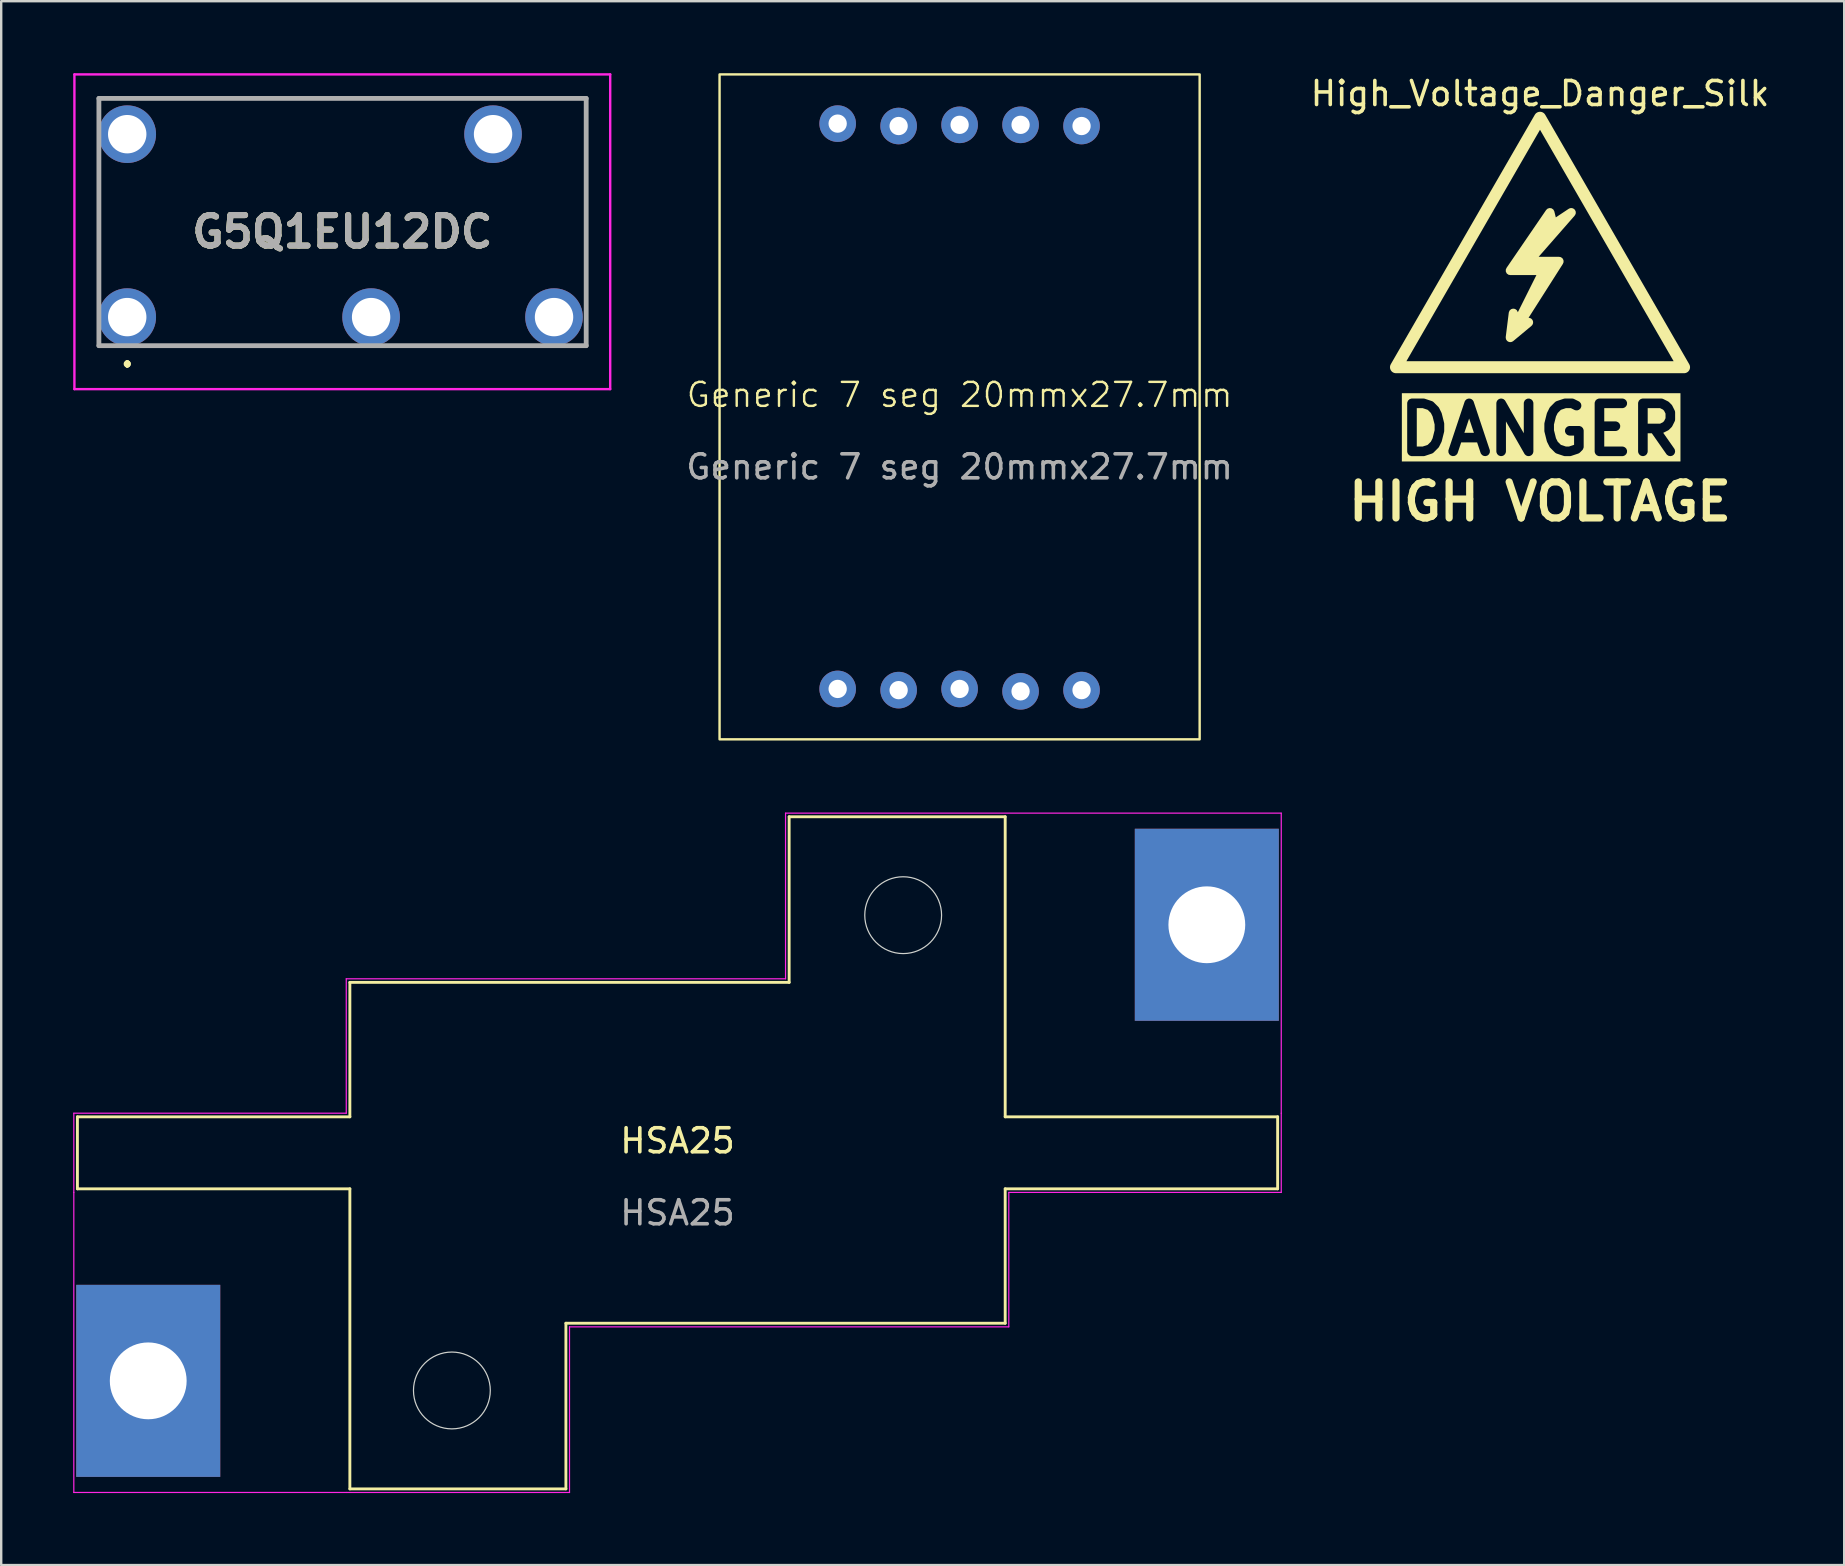
<source format=kicad_pcb>
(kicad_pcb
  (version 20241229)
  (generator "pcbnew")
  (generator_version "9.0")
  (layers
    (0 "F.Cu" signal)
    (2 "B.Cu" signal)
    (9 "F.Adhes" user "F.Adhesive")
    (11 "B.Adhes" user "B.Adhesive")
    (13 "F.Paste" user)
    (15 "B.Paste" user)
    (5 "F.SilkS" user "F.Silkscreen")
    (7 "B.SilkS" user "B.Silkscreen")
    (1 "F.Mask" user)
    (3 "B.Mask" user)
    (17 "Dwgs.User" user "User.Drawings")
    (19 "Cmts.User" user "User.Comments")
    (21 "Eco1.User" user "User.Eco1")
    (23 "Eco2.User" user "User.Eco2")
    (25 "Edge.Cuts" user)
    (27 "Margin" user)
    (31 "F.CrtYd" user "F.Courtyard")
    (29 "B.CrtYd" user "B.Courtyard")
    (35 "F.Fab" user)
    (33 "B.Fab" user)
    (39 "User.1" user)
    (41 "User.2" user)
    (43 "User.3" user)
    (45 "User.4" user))
  (footprint "Generic 7 seg 20mmx27.7mm"
    (layer "F.Cu")
    (at 36.926 13.9)
    (property "Reference" "Generic 7 seg 20mmx27.7mm" (at 0 -0.5 0) (unlocked yes) (layer "F.SilkS") (effects (font (size 1 1) (thickness 0.1))))
    (attr through_hole)
    (fp_rect (start -10 13.85) (end 10 -13.85) (stroke (width 0.1) (type default)) (fill no) (layer "F.SilkS"))
    (fp_text user "${REFERENCE}" (at 0 2.5 0) (unlocked yes) (layer "F.Fab") (effects (font (size 1 1) (thickness 0.15))))
    (pad "1" thru_hole circle (at -5.08 11.75) (size 1.524 1.524) (drill 0.762) (layers "*.Cu" "*.Mask"))
    (pad "2" thru_hole circle (at -2.54 11.8) (size 1.524 1.524) (drill 0.762) (layers "*.Cu" "*.Mask"))
    (pad "3" thru_hole circle (at 0 11.75) (size 1.524 1.524) (drill 0.762) (layers "*.Cu" "*.Mask"))
    (pad "4" thru_hole circle (at 2.54 11.85) (size 1.524 1.524) (drill 0.762) (layers "*.Cu" "*.Mask"))
    (pad "5" thru_hole circle (at 5.08 11.8) (size 1.524 1.524) (drill 0.762) (layers "*.Cu" "*.Mask"))
    (pad "6" thru_hole circle (at 5.08 -11.7) (size 1.524 1.524) (drill 0.762) (layers "*.Cu" "*.Mask"))
    (pad "7" thru_hole circle (at 2.54 -11.75) (size 1.524 1.524) (drill 0.762) (layers "*.Cu" "*.Mask"))
    (pad "8" thru_hole circle (at 0 -11.75) (size 1.524 1.524) (drill 0.762) (layers "*.Cu" "*.Mask"))
    (pad "9" thru_hole circle (at -2.54 -11.7) (size 1.524 1.524) (drill 0.762) (layers "*.Cu" "*.Mask"))
    (pad "10" thru_hole circle (at -5.08 -11.8) (size 1.524 1.524) (drill 0.762) (layers "*.Cu" "*.Mask")))
  (footprint "G5Q1EU12DC"
    (layer "F.Cu")
    (at 2.25 10.16)
    (property "Reference" "G5Q1EU12DC" (at 8.96 -3.555 0) (layer "F.SilkS") (effects (font (size 1.27 1.27) (thickness 0.254))))
    (attr through_hole)
    (fp_line (start -1.18 -9.11) (end -1.18 -9.11) (stroke (width 0.1) (type solid)) (layer "F.SilkS"))
    (fp_line (start -1.18 -9.11) (end 19.12 -9.11) (stroke (width 0.1) (type solid)) (layer "F.SilkS"))
    (fp_line (start 0 1.9) (end 0 1.9) (stroke (width 0.2) (type solid)) (layer "F.SilkS"))
    (fp_line (start 0 2) (end 0 2) (stroke (width 0.2) (type solid)) (layer "F.SilkS"))
    (fp_line (start 0 2) (end 0 2) (stroke (width 0.2) (type solid)) (layer "F.SilkS"))
    (fp_line (start 2 1.19) (end 8 1.19) (stroke (width 0.1) (type solid)) (layer "F.SilkS"))
    (fp_line (start 19.12 -9.11) (end -1.18 -9.11) (stroke (width 0.1) (type solid)) (layer "F.SilkS"))
    (fp_line (start 19.12 -9.11) (end 19.12 -9.11) (stroke (width 0.1) (type solid)) (layer "F.SilkS"))
    (fp_line (start 19.12 -9.11) (end 19.12 -9.11) (stroke (width 0.1) (type solid)) (layer "F.SilkS"))
    (fp_line (start 19.12 -9.11) (end 19.12 -1.5) (stroke (width 0.1) (type solid)) (layer "F.SilkS"))
    (fp_line (start 19.12 -1.5) (end 19.12 -9.11) (stroke (width 0.1) (type solid)) (layer "F.SilkS"))
    (fp_line (start 19.12 -1.5) (end 19.12 -1.5) (stroke (width 0.1) (type solid)) (layer "F.SilkS"))
    (fp_arc (start 0 1.9) (mid 0.05 1.95) (end 0 2) (stroke (width 0.2) (type solid)) (layer "F.SilkS"))
    (fp_arc (start 0 1.9) (mid 0.05 1.95) (end 0 2) (stroke (width 0.2) (type solid)) (layer "F.SilkS"))
    (fp_arc (start 0 2) (mid -0.05 1.95) (end 0 1.9) (stroke (width 0.2) (type solid)) (layer "F.SilkS"))
    (fp_line (start -2.2 -10.11) (end -2.2 3) (stroke (width 0.1) (type solid)) (layer "F.CrtYd"))
    (fp_line (start -2.2 3) (end 20.12 3) (stroke (width 0.1) (type solid)) (layer "F.CrtYd"))
    (fp_line (start 20.12 -10.11) (end -2.2 -10.11) (stroke (width 0.1) (type solid)) (layer "F.CrtYd"))
    (fp_line (start 20.12 3) (end 20.12 -10.11) (stroke (width 0.1) (type solid)) (layer "F.CrtYd"))
    (fp_line (start -1.18 -9.11) (end -1.18 1.19) (stroke (width 0.2) (type solid)) (layer "F.Fab"))
    (fp_line (start -1.18 1.19) (end 19.12 1.19) (stroke (width 0.2) (type solid)) (layer "F.Fab"))
    (fp_line (start 19.12 -9.11) (end -1.18 -9.11) (stroke (width 0.2) (type solid)) (layer "F.Fab"))
    (fp_line (start 19.12 1.19) (end 19.12 -9.11) (stroke (width 0.2) (type solid)) (layer "F.Fab"))
    (fp_text user "${REFERENCE}" (at 8.96 -3.555 0) (layer "F.Fab") (effects (font (size 1.27 1.27) (thickness 0.254))))
    (pad "1" thru_hole circle (at 0 0) (size 2.4 2.4) (drill 1.6) (layers "*.Cu" "*.Mask"))
    (pad "2" thru_hole circle (at 10.16 0) (size 2.4 2.4) (drill 1.6) (layers "*.Cu" "*.Mask"))
    (pad "3" thru_hole circle (at 17.78 0) (size 2.4 2.4) (drill 1.6) (layers "*.Cu" "*.Mask"))
    (pad "4" thru_hole circle (at 15.24 -7.62) (size 2.4 2.4) (drill 1.6) (layers "*.Cu" "*.Mask"))
    (pad "5" thru_hole circle (at 0 -7.62) (size 2.4 2.4) (drill 1.6) (layers "*.Cu" "*.Mask")))
  (footprint "High_Voltage_Danger_Silk"
    (layer "F.Cu")
    (at 61.105 8.448)
    (property "Reference" "High_Voltage_Danger_Silk" (at 0 -7.6 0) (layer "F.SilkS") (effects (font (size 1 1) (thickness 0.15))))
    (attr exclude_from_pos_files exclude_from_bom)
    (fp_poly (pts (xy 0 -6.592) (xy -6 3.8) (xy 6 3.8)) (stroke (width 0.5) (type solid)) (fill no) (layer "F.SilkS"))
    (fp_poly (pts (xy 0.445 -2.824) (xy 0.482 -2.819) (xy 0.486 -2.816) (xy 0.491 -2.815) (xy 0.521 -2.792) (xy 0.552 -2.771) (xy 0.555 -2.766) (xy 0.559 -2.763) (xy 0.576 -2.73) (xy 0.594 -2.697) (xy 0.595 -2.692) (xy 0.597 -2.688) (xy 0.658 -2.442) (xy 1.196 -2.8) (xy 1.212 -2.806) (xy 1.226 -2.817) (xy 1.251 -2.821) (xy 1.275 -2.83) (xy 1.292 -2.829) (xy 1.31 -2.832) (xy 1.334 -2.825) (xy 1.359 -2.823) (xy 1.375 -2.814) (xy 1.392 -2.809) (xy 1.411 -2.793) (xy 1.432 -2.78) (xy 1.442 -2.765) (xy 1.455 -2.753) (xy 1.465 -2.73) (xy 1.479 -2.709) (xy 1.482 -2.692) (xy 1.489 -2.675) (xy 1.488 -2.65) (xy 1.491 -2.625) (xy 1.486 -2.608) (xy 1.485 -2.591) (xy 1.473 -2.569) (xy 1.465 -2.545) (xy 1.453 -2.532) (xy 1.445 -2.516) (xy -0.057 -0.8) (xy 0.793 -0.8) (xy 0.825 -0.793) (xy 0.857 -0.789) (xy 0.866 -0.783) (xy 0.876 -0.781) (xy 0.901 -0.761) (xy 0.929 -0.743) (xy 0.934 -0.735) (xy 0.942 -0.728) (xy 0.956 -0.699) (xy 0.973 -0.671) (xy 0.974 -0.661) (xy 0.979 -0.652) (xy 0.979 -0.619) (xy 0.982 -0.587) (xy 0.979 -0.577) (xy 0.979 -0.567) (xy 0.965 -0.538) (xy 0.954 -0.507) (xy -0.477 1.741) (xy -0.459 1.744) (xy -0.438 1.744) (xy -0.418 1.753) (xy -0.397 1.758) (xy -0.38 1.77) (xy -0.361 1.779) (xy -0.347 1.796) (xy -0.33 1.81) (xy -0.32 1.828) (xy -0.307 1.844) (xy -0.302 1.866) (xy -0.292 1.885) (xy -0.291 1.906) (xy -0.286 1.926) (xy -0.291 1.948) (xy -0.29 1.97) (xy -0.299 1.989) (xy -0.303 2.009) (xy -0.317 2.027) (xy -0.326 2.047) (xy -0.342 2.06) (xy -0.355 2.077) (xy -1.117 2.712) (xy -1.129 2.718) (xy -1.139 2.728) (xy -1.167 2.737) (xy -1.192 2.75) (xy -1.206 2.751) (xy -1.22 2.755) (xy -1.248 2.751) (xy -1.277 2.752) (xy -1.29 2.746) (xy -1.304 2.745) (xy -1.328 2.729) (xy -1.354 2.717) (xy -1.363 2.706) (xy -1.375 2.699) (xy -1.39 2.674) (xy -1.409 2.652) (xy -1.412 2.638) (xy -1.419 2.626) (xy -1.422 2.598) (xy -1.429 2.57) (xy -1.426 2.556) (xy -1.428 2.542) (xy -1.301 1.526) (xy -1.298 1.519) (xy -1.298 1.511) (xy -1.284 1.479) (xy -1.272 1.446) (xy -1.266 1.441) (xy -1.263 1.434) (xy -1.236 1.411) (xy -1.211 1.387) (xy -1.204 1.385) (xy -1.198 1.38) (xy -1.164 1.371) (xy -1.131 1.36) (xy -1.123 1.361) (xy -1.116 1.359) (xy -1.081 1.366) (xy -1.047 1.37) (xy -1.04 1.375) (xy -1.033 1.376) (xy -1.005 1.397) (xy -0.975 1.416) (xy -0.971 1.423) (xy -0.965 1.428) (xy -0.949 1.459) (xy -0.931 1.489) (xy -0.93 1.496) (xy -0.927 1.503) (xy -0.925 1.512) (xy -0.15 -0.038) (xy -1.239 -0.038) (xy -1.273 -0.046) (xy -1.309 -0.051) (xy -1.315 -0.055) (xy -1.321 -0.057) (xy -1.349 -0.079) (xy -1.379 -0.099) (xy -1.382 -0.105) (xy -1.388 -0.11) (xy -1.403 -0.142) (xy -1.421 -0.173) (xy -1.421 -0.18) (xy -1.424 -0.186) (xy -1.424 -0.222) (xy -1.427 -0.257) (xy -1.424 -0.264) (xy -1.424 -0.271) (xy -1.409 -0.303) (xy -1.396 -0.336) (xy 0.255 -2.749) (xy 0.259 -2.753) (xy 0.261 -2.757) (xy 0.29 -2.781) (xy 0.317 -2.807) (xy 0.322 -2.808) (xy 0.326 -2.811) (xy 0.362 -2.82) (xy 0.398 -2.831) (xy 0.403 -2.831) (xy 0.408 -2.832)) (stroke (width 0) (type solid)) (fill yes) (layer "F.SilkS"))
    (fp_text user "DANGER" (at 0 6.4 0) (unlocked yes) (layer "F.SilkS" knockout) (effects (font (size 2 2) (thickness 0.4) (bold yes))))
    (fp_text user "HIGH VOLTAGE" (at 0 9.4 0) (unlocked yes) (layer "F.SilkS") (effects (font (size 1.5 1.5) (thickness 0.3) (bold yes)))))
  (footprint "HSA25"
    (layer "F.Cu")
    (at 25.175 44.975)
    (property "Reference" "HSA25" (at 0 -0.5 0) (unlocked yes) (layer "F.SilkS") (effects (font (size 1 1) (thickness 0.15))))
    (attr through_hole)
    (fp_line (start -25 -1.5) (end -13.65 -1.5) (stroke (width 0.12) (type default)) (layer "F.SilkS"))
    (fp_line (start -25 1.5) (end -25 -1.5) (stroke (width 0.12) (type default)) (layer "F.SilkS"))
    (fp_line (start -13.65 -7.1) (end 4.65 -7.1) (stroke (width 0.12) (type default)) (layer "F.SilkS"))
    (fp_line (start -13.65 -1.5) (end -13.65 -7.1) (stroke (width 0.12) (type default)) (layer "F.SilkS"))
    (fp_line (start -13.65 1.5) (end -25 1.5) (stroke (width 0.12) (type default)) (layer "F.SilkS"))
    (fp_line (start -13.65 14) (end -13.65 1.5) (stroke (width 0.12) (type default)) (layer "F.SilkS"))
    (fp_line (start -4.65 7.1) (end -4.65 14) (stroke (width 0.12) (type default)) (layer "F.SilkS"))
    (fp_line (start -4.65 14) (end -13.65 14) (stroke (width 0.12) (type default)) (layer "F.SilkS"))
    (fp_line (start 4.65 -14) (end 13.65 -14) (stroke (width 0.12) (type default)) (layer "F.SilkS"))
    (fp_line (start 4.65 -7.1) (end 4.65 -14) (stroke (width 0.12) (type default)) (layer "F.SilkS"))
    (fp_line (start 13.65 -14) (end 13.65 -1.5) (stroke (width 0.12) (type default)) (layer "F.SilkS"))
    (fp_line (start 13.65 -1.5) (end 25 -1.5) (stroke (width 0.12) (type default)) (layer "F.SilkS"))
    (fp_line (start 13.65 1.5) (end 13.65 7.1) (stroke (width 0.12) (type default)) (layer "F.SilkS"))
    (fp_line (start 13.65 7.1) (end -4.65 7.1) (stroke (width 0.12) (type default)) (layer "F.SilkS"))
    (fp_line (start 25 -1.5) (end 25 1.5) (stroke (width 0.12) (type default)) (layer "F.SilkS"))
    (fp_line (start 25 1.5) (end 13.65 1.5) (stroke (width 0.12) (type default)) (layer "F.SilkS"))
    (fp_circle (center -9.4 9.9) (end -7.8 9.9) (stroke (width 0.05) (type default)) (fill no) (layer "Edge.Cuts"))
    (fp_circle (center 9.4 -9.9) (end 11 -9.9) (stroke (width 0.05) (type default)) (fill no) (layer "Edge.Cuts"))
    (fp_line (start -25.15 -1.65) (end -13.8 -1.65) (stroke (width 0.05) (type default)) (layer "F.CrtYd"))
    (fp_line (start -25.15 1.65) (end -25.15 -1.65) (stroke (width 0.05) (type default)) (layer "F.CrtYd"))
    (fp_line (start -25.15 14.15) (end -25.15 1.65) (stroke (width 0.05) (type default)) (layer "F.CrtYd"))
    (fp_line (start -25.15 14.15) (end -13.8 14.15) (stroke (width 0.05) (type default)) (layer "F.CrtYd"))
    (fp_line (start -13.8 -7.25) (end -13.8 -1.65) (stroke (width 0.05) (type default)) (layer "F.CrtYd"))
    (fp_line (start -13.8 14.15) (end -4.5 14.15) (stroke (width 0.05) (type default)) (layer "F.CrtYd"))
    (fp_line (start -4.5 7.25) (end 13.8 7.25) (stroke (width 0.05) (type default)) (layer "F.CrtYd"))
    (fp_line (start -4.5 14.15) (end -4.5 7.25) (stroke (width 0.05) (type default)) (layer "F.CrtYd"))
    (fp_line (start 4.5 -14.15) (end 4.5 -7.25) (stroke (width 0.05) (type default)) (layer "F.CrtYd"))
    (fp_line (start 4.5 -7.25) (end -13.8 -7.25) (stroke (width 0.05) (type default)) (layer "F.CrtYd"))
    (fp_line (start 13.8 7.25) (end 13.8 1.65) (stroke (width 0.05) (type default)) (layer "F.CrtYd"))
    (fp_line (start 25.15 -14.15) (end 4.5 -14.15) (stroke (width 0.05) (type default)) (layer "F.CrtYd"))
    (fp_line (start 25.15 -14.15) (end 25.15 -1.65) (stroke (width 0.05) (type default)) (layer "F.CrtYd"))
    (fp_line (start 25.15 -1.65) (end 25.15 1.65) (stroke (width 0.05) (type default)) (layer "F.CrtYd"))
    (fp_line (start 25.15 1.65) (end 13.8 1.65) (stroke (width 0.05) (type default)) (layer "F.CrtYd"))
    (fp_text user "${REFERENCE}" (at 0 2.5 0) (unlocked yes) (layer "F.Fab") (effects (font (size 1 1) (thickness 0.15))))
    (pad "1" thru_hole rect (at -22.05 9.5 90) (size 8 6) (drill 3.2) (layers "*.Cu" "*.Mask"))
    (pad "2" thru_hole rect (at 22.05 -9.5 90) (size 8 6) (drill 3.2) (layers "*.Cu" "*.Mask")))
  (gr_rect
    (start -3 -3)
    (end 73.777 62.15)
    (stroke (width 0.1) (type default))
    (fill no)
    (layer "Edge.Cuts")))
</source>
